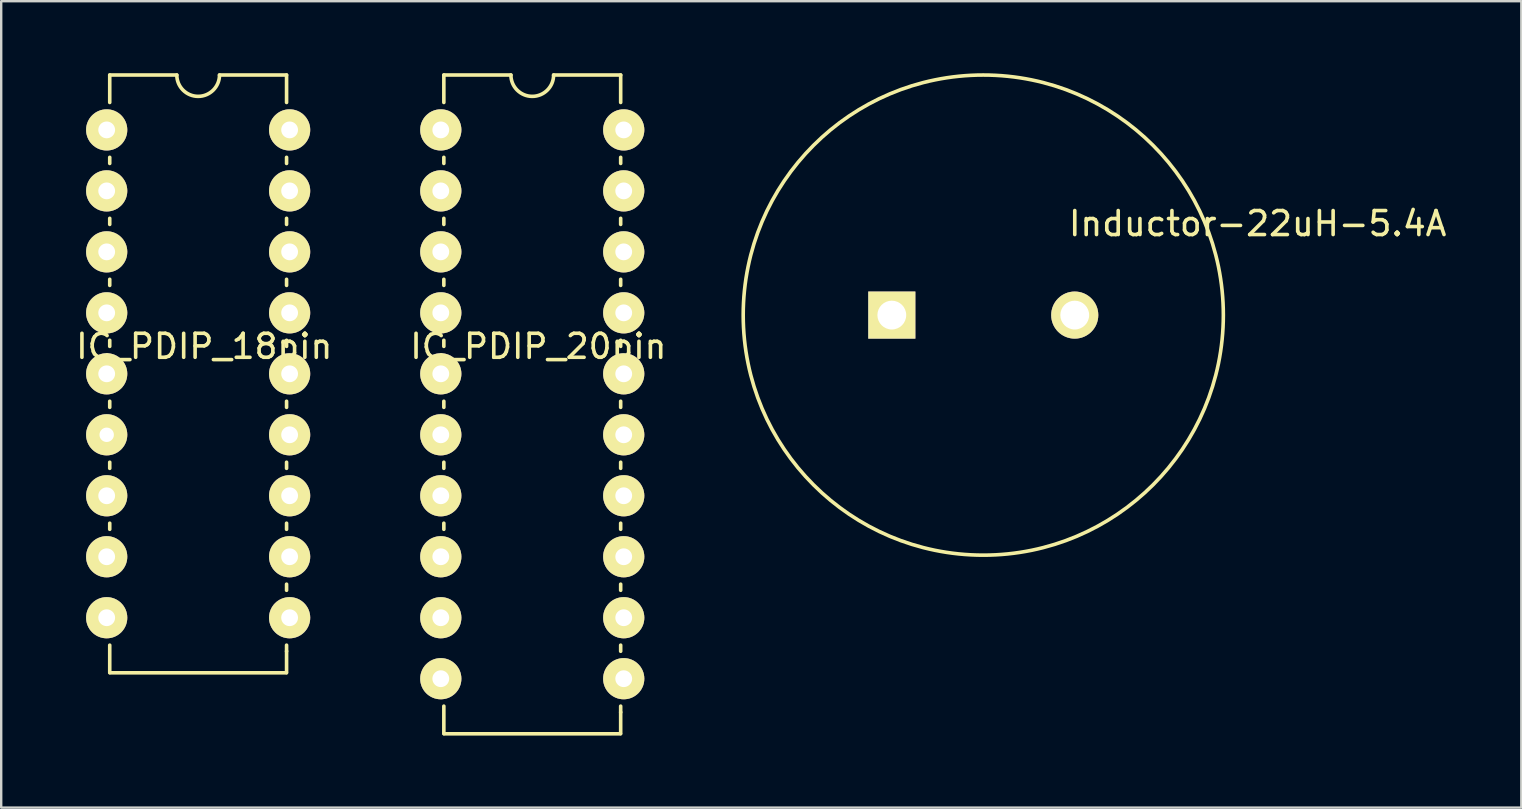
<source format=kicad_pcb>
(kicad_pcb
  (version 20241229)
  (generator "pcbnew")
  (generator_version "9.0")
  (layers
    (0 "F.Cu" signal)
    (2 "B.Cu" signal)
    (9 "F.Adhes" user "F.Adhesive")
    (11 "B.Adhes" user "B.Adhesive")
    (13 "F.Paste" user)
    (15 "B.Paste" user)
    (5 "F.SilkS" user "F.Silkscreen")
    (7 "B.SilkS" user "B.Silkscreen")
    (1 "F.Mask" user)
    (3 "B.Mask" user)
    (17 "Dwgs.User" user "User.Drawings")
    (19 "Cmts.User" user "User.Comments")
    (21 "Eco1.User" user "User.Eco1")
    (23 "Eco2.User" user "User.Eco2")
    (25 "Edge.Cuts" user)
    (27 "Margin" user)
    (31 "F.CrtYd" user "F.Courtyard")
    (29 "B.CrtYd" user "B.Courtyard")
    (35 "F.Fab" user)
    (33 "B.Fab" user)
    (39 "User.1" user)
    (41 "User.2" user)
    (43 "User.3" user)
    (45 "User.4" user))
  (footprint "Inductor-22uH-5.4A"
    (layer "F.Cu")
    (at 37.908 10.075)
    (property "Reference" "Inductor-22uH-5.4A" (at 11.43 -3.81 0) (layer "F.SilkS") (effects (font (size 1 1) (thickness 0.15))))
    (attr through_hole)
    (fp_circle (center 0 0) (end 10 0) (stroke (width 0.15) (type solid)) (fill no) (layer "F.SilkS"))
    (pad "1" thru_hole rect (at -3.81 0) (size 1.962 1.962) (drill 1.2) (layers "*.Cu" "*.Mask" "F.SilkS"))
    (pad "2" thru_hole circle (at 3.81 0) (size 1.962 1.962) (drill 1.2) (layers "*.Cu" "*.Mask" "F.SilkS")))
  (footprint "IC_PDIP_18pin"
    (layer "F.Cu")
    (at 1.394 2.361)
    (property "Reference" "IC_PDIP_18pin" (at 4.064 9.017 0) (layer "F.SilkS") (effects (font (size 1 1) (thickness 0.15))))
    (attr through_hole)
    (fp_line (start 0.127 -2.286) (end 2.921 -2.286) (stroke (width 0.15) (type solid)) (layer "F.SilkS"))
    (fp_line (start 0.127 -1.143) (end 0.127 -2.286) (stroke (width 0.15) (type solid)) (layer "F.SilkS"))
    (fp_line (start 0.127 1.143) (end 0.127 1.397) (stroke (width 0.15) (type solid)) (layer "F.SilkS"))
    (fp_line (start 0.127 3.937) (end 0.127 3.683) (stroke (width 0.15) (type solid)) (layer "F.SilkS"))
    (fp_line (start 0.127 6.477) (end 0.127 6.223) (stroke (width 0.15) (type solid)) (layer "F.SilkS"))
    (fp_line (start 0.127 9.017) (end 0.127 8.763) (stroke (width 0.15) (type solid)) (layer "F.SilkS"))
    (fp_line (start 0.127 11.557) (end 0.127 11.303) (stroke (width 0.15) (type solid)) (layer "F.SilkS"))
    (fp_line (start 0.127 14.097) (end 0.127 13.843) (stroke (width 0.15) (type solid)) (layer "F.SilkS"))
    (fp_line (start 0.127 16.637) (end 0.127 16.383) (stroke (width 0.15) (type solid)) (layer "F.SilkS"))
    (fp_line (start 0.127 21.463) (end 0.127 22.606) (stroke (width 0.15) (type solid)) (layer "F.SilkS"))
    (fp_line (start 0.135 22.615) (end 7.485 22.615) (stroke (width 0.15) (type solid)) (layer "F.SilkS"))
    (fp_line (start 4.699 -2.286) (end 7.493 -2.286) (stroke (width 0.15) (type solid)) (layer "F.SilkS"))
    (fp_line (start 7.493 -1.143) (end 7.493 -2.286) (stroke (width 0.15) (type solid)) (layer "F.SilkS"))
    (fp_line (start 7.493 1.143) (end 7.493 1.397) (stroke (width 0.15) (type solid)) (layer "F.SilkS"))
    (fp_line (start 7.493 3.683) (end 7.493 3.937) (stroke (width 0.15) (type solid)) (layer "F.SilkS"))
    (fp_line (start 7.493 6.223) (end 7.493 6.477) (stroke (width 0.15) (type solid)) (layer "F.SilkS"))
    (fp_line (start 7.493 8.763) (end 7.493 9.017) (stroke (width 0.15) (type solid)) (layer "F.SilkS"))
    (fp_line (start 7.493 11.303) (end 7.493 11.557) (stroke (width 0.15) (type solid)) (layer "F.SilkS"))
    (fp_line (start 7.493 13.843) (end 7.493 14.097) (stroke (width 0.15) (type solid)) (layer "F.SilkS"))
    (fp_line (start 7.493 16.383) (end 7.493 16.637) (stroke (width 0.15) (type solid)) (layer "F.SilkS"))
    (fp_line (start 7.493 18.923) (end 7.493 19.177) (stroke (width 0.15) (type solid)) (layer "F.SilkS"))
    (fp_line (start 7.493 21.463) (end 7.493 21.717) (stroke (width 0.15) (type solid)) (layer "F.SilkS"))
    (fp_line (start 7.493 21.717) (end 7.493 22.606) (stroke (width 0.15) (type solid)) (layer "F.SilkS"))
    (fp_arc (start 4.699 -2.286) (mid 3.81 -1.397) (end 2.921 -2.286) (stroke (width 0.15) (type solid)) (layer "F.SilkS"))
    (pad "1" thru_hole circle (at 0 0) (size 1.716 1.716) (drill 0.7) (layers "*.Cu" "*.Mask" "F.SilkS"))
    (pad "2" thru_hole circle (at 0 2.54) (size 1.716 1.716) (drill 0.7) (layers "*.Cu" "*.Mask" "F.SilkS"))
    (pad "3" thru_hole circle (at 0 5.08) (size 1.716 1.716) (drill 0.7) (layers "*.Cu" "*.Mask" "F.SilkS"))
    (pad "4" thru_hole circle (at 0 7.62) (size 1.716 1.716) (drill 0.7) (layers "*.Cu" "*.Mask" "F.SilkS"))
    (pad "5" thru_hole circle (at 0 10.16) (size 1.716 1.716) (drill 0.7) (layers "*.Cu" "*.Mask" "F.SilkS"))
    (pad "6" thru_hole circle (at 0 12.7) (size 1.716 1.716) (drill 0.6) (layers "*.Cu" "*.Mask" "F.SilkS"))
    (pad "7" thru_hole circle (at 0 15.24) (size 1.716 1.716) (drill 0.7) (layers "*.Cu" "*.Mask" "F.SilkS"))
    (pad "8" thru_hole circle (at 0 17.78) (size 1.716 1.716) (drill 0.7) (layers "*.Cu" "*.Mask" "F.SilkS"))
    (pad "9" thru_hole circle (at 0 20.32) (size 1.716 1.716) (drill 0.7) (layers "*.Cu" "*.Mask" "F.SilkS"))
    (pad "10" thru_hole circle (at 7.62 20.32) (size 1.716 1.716) (drill 0.7) (layers "*.Cu" "*.Mask" "F.SilkS"))
    (pad "11" thru_hole circle (at 7.62 17.78) (size 1.716 1.716) (drill 0.7) (layers "*.Cu" "*.Mask" "F.SilkS"))
    (pad "12" thru_hole circle (at 7.62 15.24) (size 1.716 1.716) (drill 0.7) (layers "*.Cu" "*.Mask" "F.SilkS"))
    (pad "13" thru_hole circle (at 7.62 12.7) (size 1.716 1.716) (drill 0.7) (layers "*.Cu" "*.Mask" "F.SilkS"))
    (pad "14" thru_hole circle (at 7.62 10.16) (size 1.716 1.716) (drill 0.7) (layers "*.Cu" "*.Mask" "F.SilkS"))
    (pad "15" thru_hole circle (at 7.62 7.62) (size 1.716 1.716) (drill 0.7) (layers "*.Cu" "*.Mask" "F.SilkS"))
    (pad "16" thru_hole circle (at 7.62 5.08) (size 1.716 1.716) (drill 0.7) (layers "*.Cu" "*.Mask" "F.SilkS"))
    (pad "17" thru_hole circle (at 7.62 2.54) (size 1.716 1.716) (drill 0.7) (layers "*.Cu" "*.Mask" "F.SilkS"))
    (pad "18" thru_hole circle (at 7.62 0) (size 1.716 1.716) (drill 0.7) (layers "*.Cu" "*.Mask" "F.SilkS")))
  (footprint "IC_PDIP_20pin"
    (layer "F.Cu")
    (at 15.311 2.361)
    (property "Reference" "IC_PDIP_20pin" (at 4.064 9.017 0) (layer "F.SilkS") (effects (font (size 1 1) (thickness 0.15))))
    (attr through_hole)
    (fp_line (start 0.127 -2.286) (end 2.921 -2.286) (stroke (width 0.15) (type solid)) (layer "F.SilkS"))
    (fp_line (start 0.127 -1.143) (end 0.127 -2.286) (stroke (width 0.15) (type solid)) (layer "F.SilkS"))
    (fp_line (start 0.127 1.143) (end 0.127 1.397) (stroke (width 0.15) (type solid)) (layer "F.SilkS"))
    (fp_line (start 0.127 3.937) (end 0.127 3.683) (stroke (width 0.15) (type solid)) (layer "F.SilkS"))
    (fp_line (start 0.127 6.477) (end 0.127 6.223) (stroke (width 0.15) (type solid)) (layer "F.SilkS"))
    (fp_line (start 0.127 9.017) (end 0.127 8.763) (stroke (width 0.15) (type solid)) (layer "F.SilkS"))
    (fp_line (start 0.127 11.557) (end 0.127 11.303) (stroke (width 0.15) (type solid)) (layer "F.SilkS"))
    (fp_line (start 0.127 14.097) (end 0.127 13.843) (stroke (width 0.15) (type solid)) (layer "F.SilkS"))
    (fp_line (start 0.127 16.637) (end 0.127 16.383) (stroke (width 0.15) (type solid)) (layer "F.SilkS"))
    (fp_line (start 0.127 24.003) (end 0.127 25.146) (stroke (width 0.15) (type solid)) (layer "F.SilkS"))
    (fp_line (start 0.135 25.155) (end 7.485 25.155) (stroke (width 0.15) (type solid)) (layer "F.SilkS"))
    (fp_line (start 4.699 -2.286) (end 7.493 -2.286) (stroke (width 0.15) (type solid)) (layer "F.SilkS"))
    (fp_line (start 7.493 -1.143) (end 7.493 -2.286) (stroke (width 0.15) (type solid)) (layer "F.SilkS"))
    (fp_line (start 7.493 1.397) (end 7.493 1.143) (stroke (width 0.15) (type solid)) (layer "F.SilkS"))
    (fp_line (start 7.493 3.937) (end 7.493 3.683) (stroke (width 0.15) (type solid)) (layer "F.SilkS"))
    (fp_line (start 7.493 6.223) (end 7.493 6.477) (stroke (width 0.15) (type solid)) (layer "F.SilkS"))
    (fp_line (start 7.493 8.763) (end 7.493 9.017) (stroke (width 0.15) (type solid)) (layer "F.SilkS"))
    (fp_line (start 7.493 11.303) (end 7.493 11.557) (stroke (width 0.15) (type solid)) (layer "F.SilkS"))
    (fp_line (start 7.493 13.843) (end 7.493 14.097) (stroke (width 0.15) (type solid)) (layer "F.SilkS"))
    (fp_line (start 7.493 16.383) (end 7.493 16.637) (stroke (width 0.15) (type solid)) (layer "F.SilkS"))
    (fp_line (start 7.493 18.923) (end 7.493 19.177) (stroke (width 0.15) (type solid)) (layer "F.SilkS"))
    (fp_line (start 7.493 21.463) (end 7.493 21.717) (stroke (width 0.15) (type solid)) (layer "F.SilkS"))
    (fp_line (start 7.493 24.003) (end 7.493 24.257) (stroke (width 0.15) (type solid)) (layer "F.SilkS"))
    (fp_line (start 7.493 24.257) (end 7.493 25.146) (stroke (width 0.15) (type solid)) (layer "F.SilkS"))
    (fp_arc (start 4.699 -2.286) (mid 3.81 -1.397) (end 2.921 -2.286) (stroke (width 0.15) (type solid)) (layer "F.SilkS"))
    (pad "1" thru_hole circle (at 0 0) (size 1.716 1.716) (drill 0.7) (layers "*.Cu" "*.Mask" "F.SilkS"))
    (pad "2" thru_hole circle (at 0 2.54) (size 1.716 1.716) (drill 0.7) (layers "*.Cu" "*.Mask" "F.SilkS"))
    (pad "3" thru_hole circle (at 0 5.08) (size 1.716 1.716) (drill 0.7) (layers "*.Cu" "*.Mask" "F.SilkS"))
    (pad "4" thru_hole circle (at 0 7.62) (size 1.716 1.716) (drill 0.7) (layers "*.Cu" "*.Mask" "F.SilkS"))
    (pad "5" thru_hole circle (at 0 10.16) (size 1.716 1.716) (drill 0.7) (layers "*.Cu" "*.Mask" "F.SilkS"))
    (pad "6" thru_hole circle (at 0 12.7) (size 1.716 1.716) (drill 0.7) (layers "*.Cu" "*.Mask" "F.SilkS"))
    (pad "7" thru_hole circle (at 0 15.24) (size 1.716 1.716) (drill 0.7) (layers "*.Cu" "*.Mask" "F.SilkS"))
    (pad "8" thru_hole circle (at 0 17.78) (size 1.716 1.716) (drill 0.7) (layers "*.Cu" "*.Mask" "F.SilkS"))
    (pad "9" thru_hole circle (at 0 20.32) (size 1.716 1.716) (drill 0.7) (layers "*.Cu" "*.Mask" "F.SilkS"))
    (pad "10" thru_hole circle (at 0 22.86) (size 1.716 1.716) (drill 0.7) (layers "*.Cu" "*.Mask" "F.SilkS"))
    (pad "11" thru_hole circle (at 7.62 22.86) (size 1.716 1.716) (drill 0.7) (layers "*.Cu" "*.Mask" "F.SilkS"))
    (pad "12" thru_hole circle (at 7.62 20.32) (size 1.716 1.716) (drill 0.7) (layers "*.Cu" "*.Mask" "F.SilkS"))
    (pad "13" thru_hole circle (at 7.62 17.78) (size 1.716 1.716) (drill 0.7) (layers "*.Cu" "*.Mask" "F.SilkS"))
    (pad "14" thru_hole circle (at 7.62 15.24) (size 1.716 1.716) (drill 0.7) (layers "*.Cu" "*.Mask" "F.SilkS"))
    (pad "15" thru_hole circle (at 7.62 12.7) (size 1.716 1.716) (drill 0.7) (layers "*.Cu" "*.Mask" "F.SilkS"))
    (pad "16" thru_hole circle (at 7.62 10.16) (size 1.716 1.716) (drill 0.7) (layers "*.Cu" "*.Mask" "F.SilkS"))
    (pad "17" thru_hole circle (at 7.62 7.62) (size 1.716 1.716) (drill 0.7) (layers "*.Cu" "*.Mask" "F.SilkS"))
    (pad "18" thru_hole circle (at 7.62 5.08) (size 1.716 1.716) (drill 0.7) (layers "*.Cu" "*.Mask" "F.SilkS"))
    (pad "19" thru_hole circle (at 7.62 2.54) (size 1.716 1.716) (drill 0.7) (layers "*.Cu" "*.Mask" "F.SilkS"))
    (pad "20" thru_hole circle (at 7.62 0) (size 1.716 1.716) (drill 0.7) (layers "*.Cu" "*.Mask" "F.SilkS")))
  (gr_rect
    (start -3 -3)
    (end 60.32 30.591)
    (stroke (width 0.1) (type default))
    (fill no)
    (layer "Edge.Cuts")))
</source>
